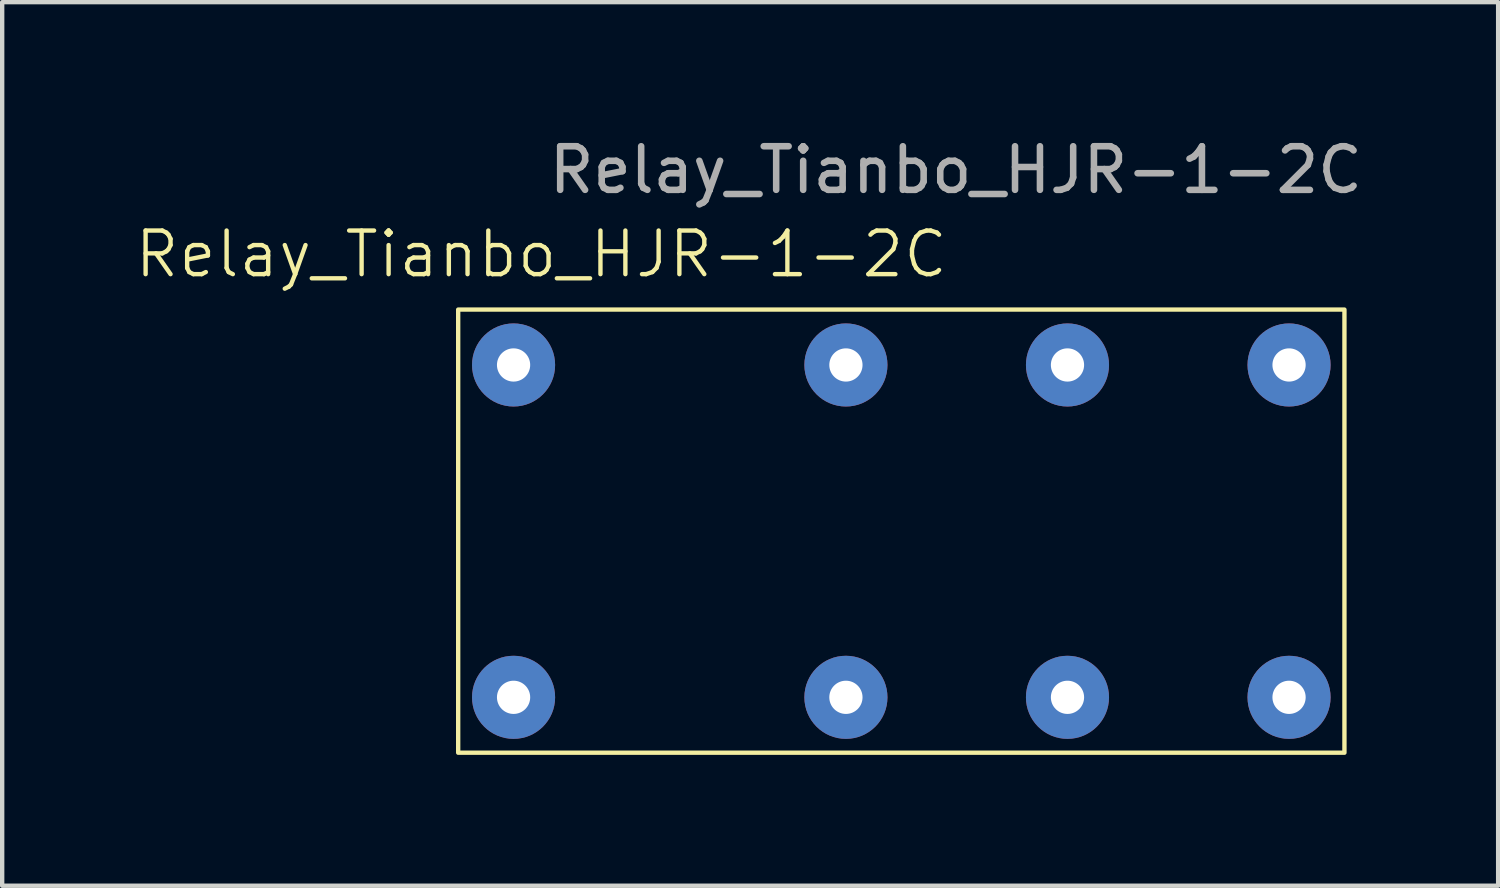
<source format=kicad_pcb>
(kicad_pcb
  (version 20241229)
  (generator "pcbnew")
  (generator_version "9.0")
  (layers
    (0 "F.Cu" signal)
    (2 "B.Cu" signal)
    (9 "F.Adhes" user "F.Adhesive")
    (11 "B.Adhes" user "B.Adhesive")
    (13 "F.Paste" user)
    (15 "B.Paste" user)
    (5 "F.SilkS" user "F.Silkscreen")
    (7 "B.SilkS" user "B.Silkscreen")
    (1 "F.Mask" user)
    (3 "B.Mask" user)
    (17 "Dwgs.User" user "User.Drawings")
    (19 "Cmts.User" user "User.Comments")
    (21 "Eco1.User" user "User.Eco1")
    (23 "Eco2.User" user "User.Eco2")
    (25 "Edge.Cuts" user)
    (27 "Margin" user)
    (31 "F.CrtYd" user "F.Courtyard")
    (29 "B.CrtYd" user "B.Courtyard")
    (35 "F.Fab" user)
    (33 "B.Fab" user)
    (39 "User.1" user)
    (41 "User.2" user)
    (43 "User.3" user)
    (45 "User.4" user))
  (footprint "Relay_Tianbo_HJR-1-2C"
    (layer "F.Cu")
    (at 8.725 12.938)
    (property "Reference" "Relay_Tianbo_HJR-1-2C" (at 0.635 -10.16 0) (unlocked yes) (layer "F.SilkS") (effects (font (size 1 1) (thickness 0.1))))
    (attr through_hole)
    (fp_rect (start -1.27 -8.89) (end 19.05 1.27) (stroke (width 0.1) (type default)) (fill no) (layer "F.SilkS"))
    (fp_text user "${REFERENCE}" (at 10.14 -12.09 0) (unlocked yes) (layer "F.Fab") (effects (font (size 1 1) (thickness 0.15))))
    (pad "1" thru_hole circle (at 0 0) (size 1.905 1.905) (drill 0.762) (layers "*.Cu" "*.Mask"))
    (pad "4" thru_hole circle (at 7.62 0) (size 1.905 1.905) (drill 0.762) (layers "*.Cu" "*.Mask"))
    (pad "6" thru_hole circle (at 12.7 0) (size 1.905 1.905) (drill 0.762) (layers "*.Cu" "*.Mask"))
    (pad "8" thru_hole circle (at 17.78 0) (size 1.905 1.905) (drill 0.762) (layers "*.Cu" "*.Mask"))
    (pad "9" thru_hole circle (at 17.78 -7.62) (size 1.905 1.905) (drill 0.762) (layers "*.Cu" "*.Mask"))
    (pad "11" thru_hole circle (at 12.7 -7.62) (size 1.905 1.905) (drill 0.762) (layers "*.Cu" "*.Mask"))
    (pad "13" thru_hole circle (at 7.62 -7.62) (size 1.905 1.905) (drill 0.762) (layers "*.Cu" "*.Mask"))
    (pad "16" thru_hole circle (at 0 -7.62) (size 1.905 1.905) (drill 0.762) (layers "*.Cu" "*.Mask")))
  (gr_rect
    (start -3 -3)
    (end 31.299 17.258)
    (stroke (width 0.1) (type default))
    (fill no)
    (layer "Edge.Cuts")))
</source>
